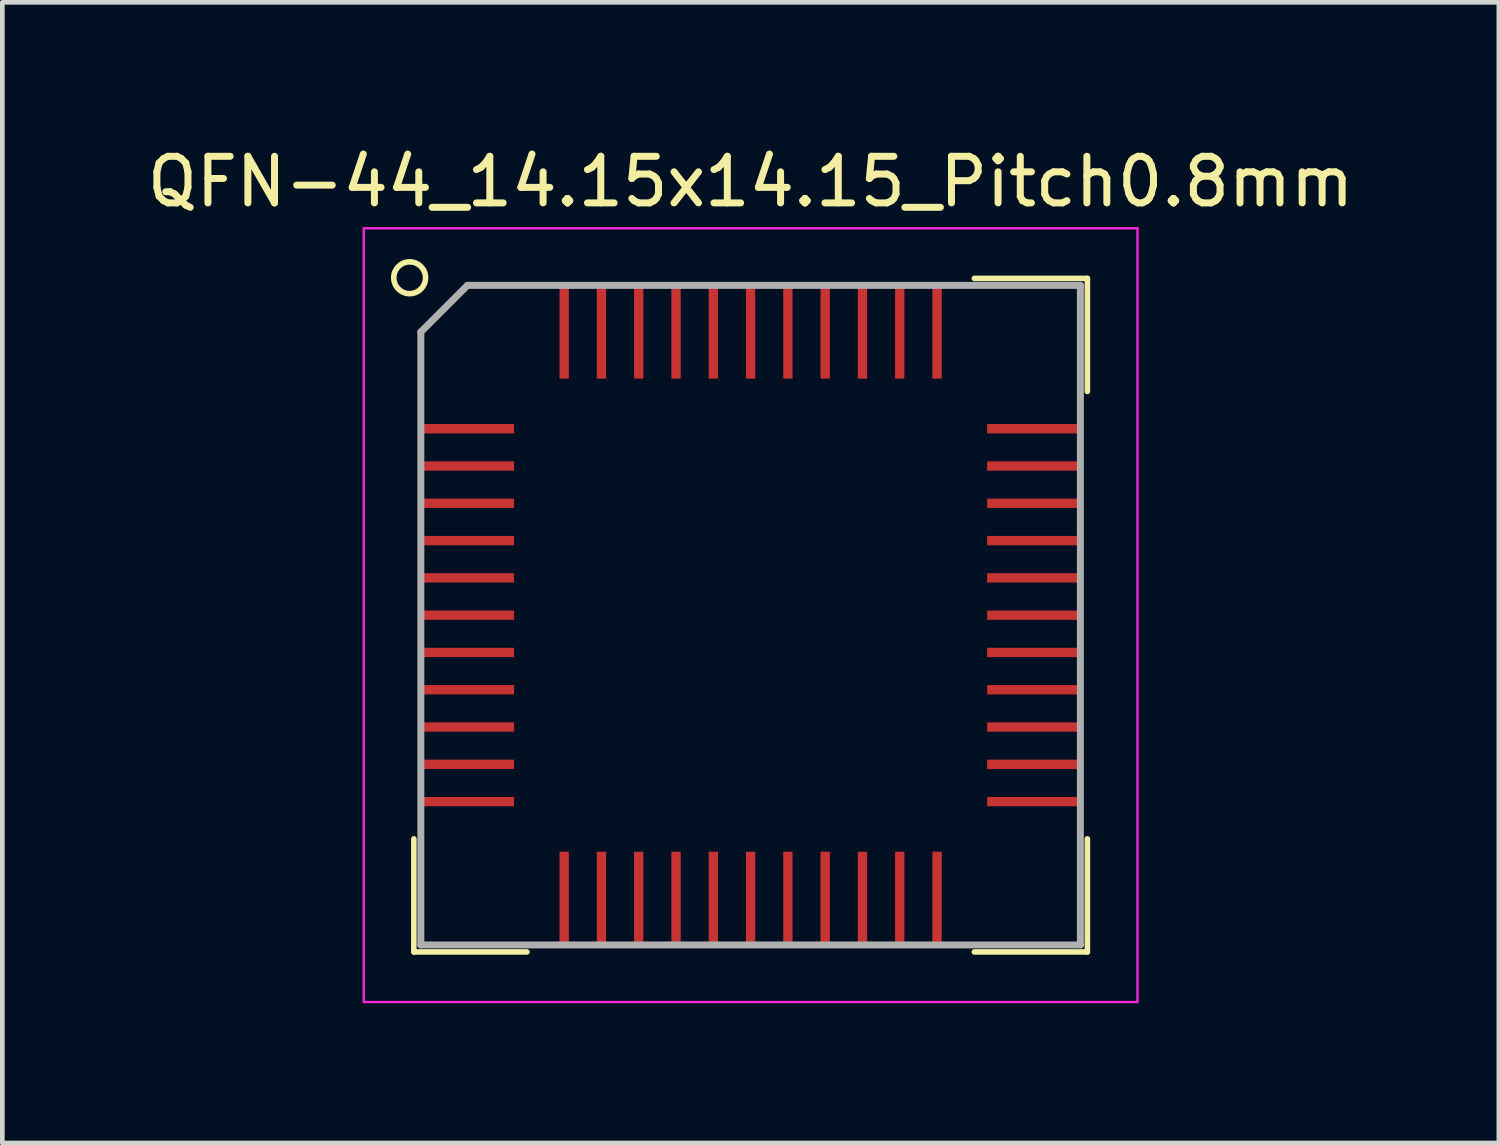
<source format=kicad_pcb>
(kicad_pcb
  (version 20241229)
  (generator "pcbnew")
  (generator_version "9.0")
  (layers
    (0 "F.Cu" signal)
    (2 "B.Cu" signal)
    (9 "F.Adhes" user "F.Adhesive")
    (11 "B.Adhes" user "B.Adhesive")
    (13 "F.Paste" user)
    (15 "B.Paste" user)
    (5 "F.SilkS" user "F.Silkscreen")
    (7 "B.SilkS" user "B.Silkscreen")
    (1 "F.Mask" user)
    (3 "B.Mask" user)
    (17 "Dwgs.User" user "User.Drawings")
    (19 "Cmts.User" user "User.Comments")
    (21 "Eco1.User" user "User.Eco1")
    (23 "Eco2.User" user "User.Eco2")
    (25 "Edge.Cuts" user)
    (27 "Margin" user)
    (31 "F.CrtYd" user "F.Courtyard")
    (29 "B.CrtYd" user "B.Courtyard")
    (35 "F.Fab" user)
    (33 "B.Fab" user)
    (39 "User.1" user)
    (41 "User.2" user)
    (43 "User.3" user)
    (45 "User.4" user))
  (footprint "QFN-44_14.15x14.15_Pitch0.8mm"
    (layer "F.Cu")
    (at 13.054 10.148)
    (property "Reference" "QFN-44_14.15x14.15_Pitch0.8mm" (at 0 -9.3 0) (layer "F.SilkS") (effects (font (size 1 1) (thickness 0.15))))
    (attr smd)
    (fp_line (start -7.225 7.225) (end -7.225 4.8) (stroke (width 0.12) (type solid)) (layer "F.SilkS"))
    (fp_line (start -4.8 7.225) (end -7.225 7.225) (stroke (width 0.12) (type solid)) (layer "F.SilkS"))
    (fp_line (start 4.8 -7.225) (end 7.225 -7.225) (stroke (width 0.12) (type solid)) (layer "F.SilkS"))
    (fp_line (start 4.8 7.225) (end 7.225 7.225) (stroke (width 0.12) (type solid)) (layer "F.SilkS"))
    (fp_line (start 7.225 -7.225) (end 7.225 -4.8) (stroke (width 0.12) (type solid)) (layer "F.SilkS"))
    (fp_line (start 7.225 7.225) (end 7.225 4.8) (stroke (width 0.12) (type solid)) (layer "F.SilkS"))
    (fp_circle (center -7.315 -7.239) (end -7.087 -6.985) (stroke (width 0.12) (type solid)) (fill no) (layer "F.SilkS"))
    (fp_line (start -8.3 -8.3) (end 8.3 -8.3) (stroke (width 0.05) (type solid)) (layer "F.CrtYd"))
    (fp_line (start -8.3 8.3) (end -8.3 -8.3) (stroke (width 0.05) (type solid)) (layer "F.CrtYd"))
    (fp_line (start 8.3 -8.3) (end 8.3 8.3) (stroke (width 0.05) (type solid)) (layer "F.CrtYd"))
    (fp_line (start 8.3 8.3) (end -8.3 8.3) (stroke (width 0.05) (type solid)) (layer "F.CrtYd"))
    (fp_line (start -7.075 -6.075) (end -7.075 7.075) (stroke (width 0.15) (type solid)) (layer "F.Fab"))
    (fp_line (start -7.075 7.075) (end 7.075 7.075) (stroke (width 0.15) (type solid)) (layer "F.Fab"))
    (fp_line (start -6.075 -7.075) (end -7.075 -6.075) (stroke (width 0.15) (type solid)) (layer "F.Fab"))
    (fp_line (start 7.075 -7.075) (end -6.075 -7.075) (stroke (width 0.15) (type solid)) (layer "F.Fab"))
    (fp_line (start 7.075 7.075) (end 7.075 -7.075) (stroke (width 0.15) (type solid)) (layer "F.Fab"))
    (pad "1" smd rect (at -6.075 -4 90) (size 0.2 2) (layers "F.Cu" "F.Mask" "F.Paste"))
    (pad "2" smd rect (at -6.075 -3.2 90) (size 0.2 2) (layers "F.Cu" "F.Mask" "F.Paste"))
    (pad "3" smd rect (at -6.075 -2.4 90) (size 0.2 2) (layers "F.Cu" "F.Mask" "F.Paste"))
    (pad "4" smd rect (at -6.075 -1.6 90) (size 0.2 2) (layers "F.Cu" "F.Mask" "F.Paste"))
    (pad "5" smd rect (at -6.075 -0.8 90) (size 0.2 2) (layers "F.Cu" "F.Mask" "F.Paste"))
    (pad "6" smd rect (at -6.075 0 90) (size 0.2 2) (layers "F.Cu" "F.Mask" "F.Paste"))
    (pad "7" smd rect (at -6.075 0.8 90) (size 0.2 2) (layers "F.Cu" "F.Mask" "F.Paste"))
    (pad "8" smd rect (at -6.075 1.6 90) (size 0.2 2) (layers "F.Cu" "F.Mask" "F.Paste"))
    (pad "9" smd rect (at -6.075 2.4 90) (size 0.2 2) (layers "F.Cu" "F.Mask" "F.Paste"))
    (pad "10" smd rect (at -6.075 3.2 90) (size 0.2 2) (layers "F.Cu" "F.Mask" "F.Paste"))
    (pad "11" smd rect (at -6.075 4 90) (size 0.2 2) (layers "F.Cu" "F.Mask" "F.Paste"))
    (pad "12" smd rect (at -4 6.075) (size 0.2 2) (layers "F.Cu" "F.Mask" "F.Paste"))
    (pad "13" smd rect (at -3.2 6.075) (size 0.2 2) (layers "F.Cu" "F.Mask" "F.Paste"))
    (pad "14" smd rect (at -2.4 6.075) (size 0.2 2) (layers "F.Cu" "F.Mask" "F.Paste"))
    (pad "15" smd rect (at -1.6 6.075) (size 0.2 2) (layers "F.Cu" "F.Mask" "F.Paste"))
    (pad "16" smd rect (at -0.8 6.075) (size 0.2 2) (layers "F.Cu" "F.Mask" "F.Paste"))
    (pad "17" smd rect (at 0 6.075) (size 0.2 2) (layers "F.Cu" "F.Mask" "F.Paste"))
    (pad "18" smd rect (at 0.8 6.075) (size 0.2 2) (layers "F.Cu" "F.Mask" "F.Paste"))
    (pad "19" smd rect (at 1.6 6.075) (size 0.2 2) (layers "F.Cu" "F.Mask" "F.Paste"))
    (pad "20" smd rect (at 2.4 6.075) (size 0.2 2) (layers "F.Cu" "F.Mask" "F.Paste"))
    (pad "21" smd rect (at 3.2 6.075) (size 0.2 2) (layers "F.Cu" "F.Mask" "F.Paste"))
    (pad "22" smd rect (at 4 6.075) (size 0.2 2) (layers "F.Cu" "F.Mask" "F.Paste"))
    (pad "23" smd rect (at 6.075 4 90) (size 0.2 2) (layers "F.Cu" "F.Mask" "F.Paste"))
    (pad "24" smd rect (at 6.075 3.2 90) (size 0.2 2) (layers "F.Cu" "F.Mask" "F.Paste"))
    (pad "25" smd rect (at 6.075 2.4 90) (size 0.2 2) (layers "F.Cu" "F.Mask" "F.Paste"))
    (pad "26" smd rect (at 6.075 1.6 90) (size 0.2 2) (layers "F.Cu" "F.Mask" "F.Paste"))
    (pad "27" smd rect (at 6.075 0.8 90) (size 0.2 2) (layers "F.Cu" "F.Mask" "F.Paste"))
    (pad "28" smd rect (at 6.075 0 90) (size 0.2 2) (layers "F.Cu" "F.Mask" "F.Paste"))
    (pad "29" smd rect (at 6.075 -0.8 90) (size 0.2 2) (layers "F.Cu" "F.Mask" "F.Paste"))
    (pad "30" smd rect (at 6.075 -1.6 90) (size 0.2 2) (layers "F.Cu" "F.Mask" "F.Paste"))
    (pad "31" smd rect (at 6.075 -2.4 90) (size 0.2 2) (layers "F.Cu" "F.Mask" "F.Paste"))
    (pad "32" smd rect (at 6.075 -3.2 90) (size 0.2 2) (layers "F.Cu" "F.Mask" "F.Paste"))
    (pad "33" smd rect (at 6.075 -4 90) (size 0.2 2) (layers "F.Cu" "F.Mask" "F.Paste"))
    (pad "34" smd rect (at 4 -6.075) (size 0.2 2) (layers "F.Cu" "F.Mask" "F.Paste"))
    (pad "35" smd rect (at 3.2 -6.075) (size 0.2 2) (layers "F.Cu" "F.Mask" "F.Paste"))
    (pad "36" smd rect (at 2.4 -6.075) (size 0.2 2) (layers "F.Cu" "F.Mask" "F.Paste"))
    (pad "37" smd rect (at 1.6 -6.075) (size 0.2 2) (layers "F.Cu" "F.Mask" "F.Paste"))
    (pad "38" smd rect (at 0.8 -6.075) (size 0.2 2) (layers "F.Cu" "F.Mask" "F.Paste"))
    (pad "39" smd rect (at 0 -6.075) (size 0.2 2) (layers "F.Cu" "F.Mask" "F.Paste"))
    (pad "40" smd rect (at -0.8 -6.075) (size 0.2 2) (layers "F.Cu" "F.Mask" "F.Paste"))
    (pad "41" smd rect (at -1.6 -6.075) (size 0.2 2) (layers "F.Cu" "F.Mask" "F.Paste"))
    (pad "42" smd rect (at -2.4 -6.075) (size 0.2 2) (layers "F.Cu" "F.Mask" "F.Paste"))
    (pad "43" smd rect (at -3.2 -6.075) (size 0.2 2) (layers "F.Cu" "F.Mask" "F.Paste"))
    (pad "44" smd rect (at -4 -6.075) (size 0.2 2) (layers "F.Cu" "F.Mask" "F.Paste")))
  (gr_rect
    (start -3 -3)
    (end 29.107 21.473)
    (stroke (width 0.1) (type default))
    (fill no)
    (layer "Edge.Cuts")))
</source>
